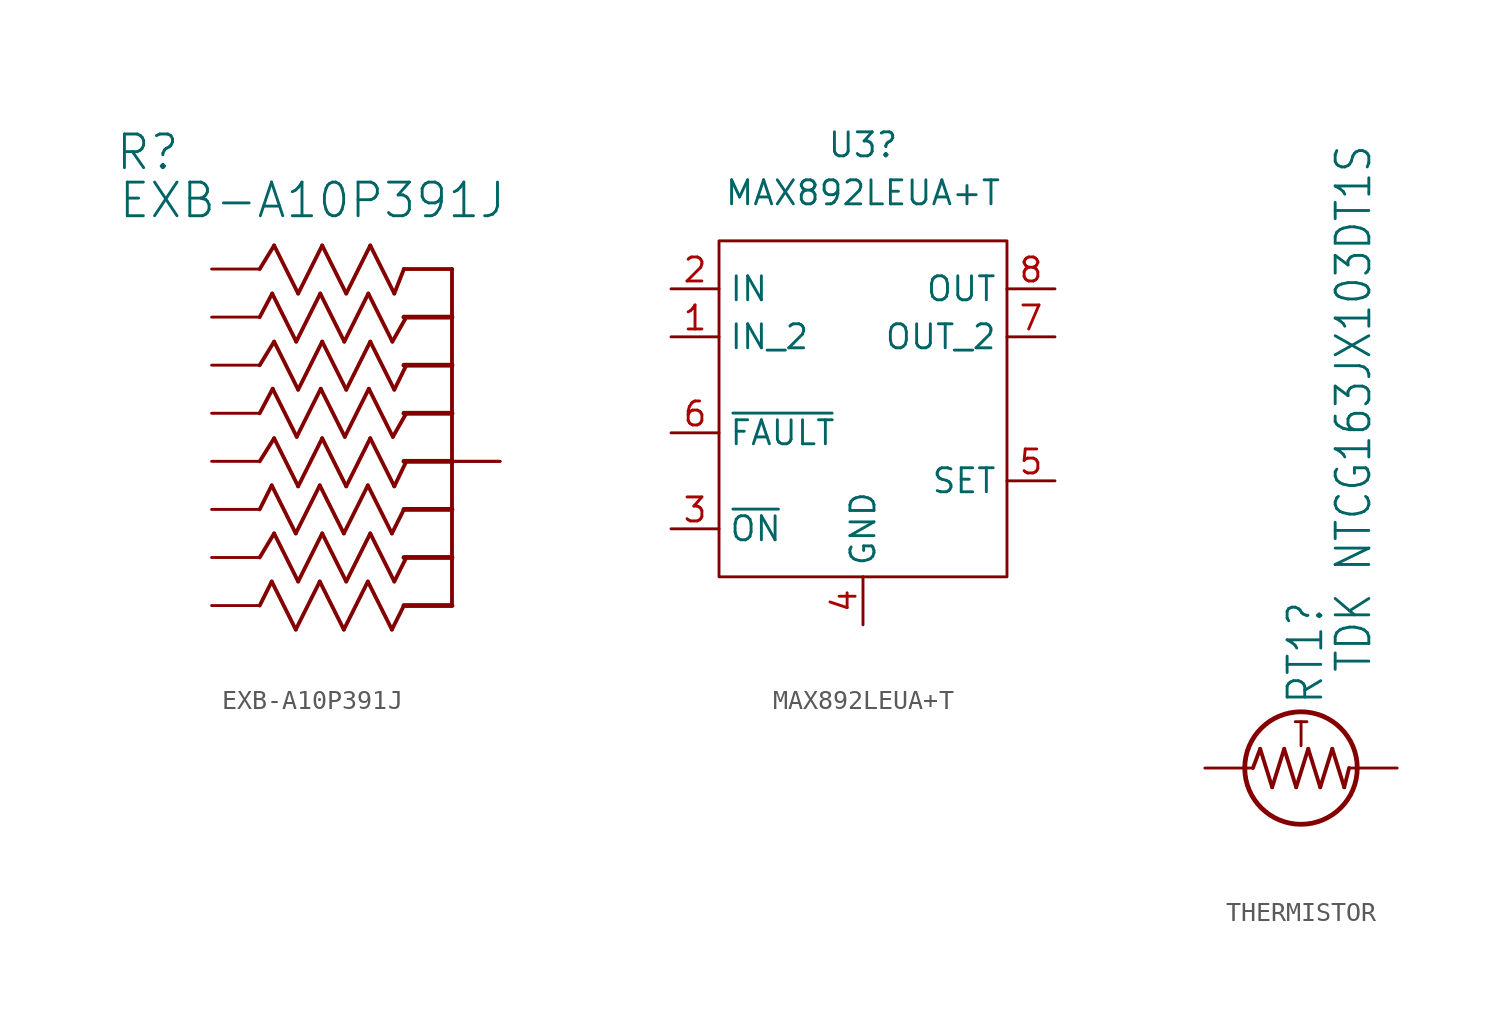
<source format=kicad_sym>
(kicad_symbol_lib
  (version 20231120)
  (generator "kicad_symbol_editor")
  (generator_version "8.0")
  (symbol "EXB-A10P391J"
    (property "Reference" "R"
      (at -17.831 5.131 0)
      (effects (font (size 1.778 1.778)) (justify left bottom)))
    (property "Value" "EXB-A10P391J"
      (at -17.678 2.591 0)
      (effects (font (size 1.778 1.778)) (justify left bottom)))
    (symbol "EXB-A10P391J_1_0"
      (polyline (pts (xy -10.16 -15.24) (xy -9.398 -13.97)) (stroke (width 0.203) (type default)) (fill (type none)))
      (polyline (pts (xy -10.16 -10.16) (xy -9.398 -8.941)) (stroke (width 0.203) (type default)) (fill (type none)))
      (polyline (pts (xy -10.16 -5.08) (xy -9.398 -3.835)) (stroke (width 0.203) (type default)) (fill (type none)))
      (polyline (pts (xy -10.16 0) (xy -9.398 1.245)) (stroke (width 0.203) (type default)) (fill (type none)))
      (polyline (pts (xy -9.525 -16.51) (xy -10.16 -17.78)) (stroke (width 0.203) (type default)) (fill (type none)))
      (polyline (pts (xy -9.525 -11.43) (xy -10.16 -12.7)) (stroke (width 0.203) (type default)) (fill (type none)))
      (polyline (pts (xy -9.5 -1.295) (xy -10.16 -2.54)) (stroke (width 0.203) (type default)) (fill (type none)))
      (polyline (pts (xy -9.474 -6.325) (xy -10.16 -7.62)) (stroke (width 0.203) (type default)) (fill (type none)))
      (polyline (pts (xy -9.398 -13.97) (xy -8.128 -16.51)) (stroke (width 0.203) (type default)) (fill (type none)))
      (polyline (pts (xy -9.398 -8.941) (xy -8.128 -11.481)) (stroke (width 0.203) (type default)) (fill (type none)))
      (polyline (pts (xy -9.398 -3.835) (xy -8.128 -6.375)) (stroke (width 0.203) (type default)) (fill (type none)))
      (polyline (pts (xy -9.398 1.245) (xy -8.128 -1.295)) (stroke (width 0.203) (type default)) (fill (type none)))
      (polyline (pts (xy -8.255 -19.05) (xy -9.525 -16.51)) (stroke (width 0.203) (type default)) (fill (type none)))
      (polyline (pts (xy -8.255 -13.97) (xy -9.525 -11.43)) (stroke (width 0.203) (type default)) (fill (type none)))
      (polyline (pts (xy -8.23 -3.835) (xy -9.5 -1.295)) (stroke (width 0.203) (type default)) (fill (type none)))
      (polyline (pts (xy -8.204 -8.865) (xy -9.474 -6.325)) (stroke (width 0.203) (type default)) (fill (type none)))
      (polyline (pts (xy -8.128 -16.51) (xy -6.858 -13.97)) (stroke (width 0.203) (type default)) (fill (type none)))
      (polyline (pts (xy -8.128 -11.481) (xy -6.858 -8.941)) (stroke (width 0.203) (type default)) (fill (type none)))
      (polyline (pts (xy -8.128 -6.375) (xy -6.858 -3.835)) (stroke (width 0.203) (type default)) (fill (type none)))
      (polyline (pts (xy -8.128 -1.295) (xy -6.858 1.245)) (stroke (width 0.203) (type default)) (fill (type none)))
      (polyline (pts (xy -6.985 -16.51) (xy -8.255 -19.05)) (stroke (width 0.203) (type default)) (fill (type none)))
      (polyline (pts (xy -6.985 -11.43) (xy -8.255 -13.97)) (stroke (width 0.203) (type default)) (fill (type none)))
      (polyline (pts (xy -6.96 -1.295) (xy -8.23 -3.835)) (stroke (width 0.203) (type default)) (fill (type none)))
      (polyline (pts (xy -6.934 -6.325) (xy -8.204 -8.865)) (stroke (width 0.203) (type default)) (fill (type none)))
      (polyline (pts (xy -6.858 -13.97) (xy -5.588 -16.51)) (stroke (width 0.203) (type default)) (fill (type none)))
      (polyline (pts (xy -6.858 -8.941) (xy -5.588 -11.481)) (stroke (width 0.203) (type default)) (fill (type none)))
      (polyline (pts (xy -6.858 -3.835) (xy -5.588 -6.375)) (stroke (width 0.203) (type default)) (fill (type none)))
      (polyline (pts (xy -6.858 1.245) (xy -5.588 -1.295)) (stroke (width 0.203) (type default)) (fill (type none)))
      (polyline (pts (xy -5.715 -19.05) (xy -6.985 -16.51)) (stroke (width 0.203) (type default)) (fill (type none)))
      (polyline (pts (xy -5.715 -13.97) (xy -6.985 -11.43)) (stroke (width 0.203) (type default)) (fill (type none)))
      (polyline (pts (xy -5.69 -3.835) (xy -6.96 -1.295)) (stroke (width 0.203) (type default)) (fill (type none)))
      (polyline (pts (xy -5.664 -8.865) (xy -6.934 -6.325)) (stroke (width 0.203) (type default)) (fill (type none)))
      (polyline (pts (xy -5.588 -16.51) (xy -4.318 -13.97)) (stroke (width 0.203) (type default)) (fill (type none)))
      (polyline (pts (xy -5.588 -11.481) (xy -4.318 -8.941)) (stroke (width 0.203) (type default)) (fill (type none)))
      (polyline (pts (xy -5.588 -6.375) (xy -4.318 -3.835)) (stroke (width 0.203) (type default)) (fill (type none)))
      (polyline (pts (xy -5.588 -1.295) (xy -4.318 1.245)) (stroke (width 0.203) (type default)) (fill (type none)))
      (polyline (pts (xy -4.445 -16.51) (xy -5.715 -19.05)) (stroke (width 0.203) (type default)) (fill (type none)))
      (polyline (pts (xy -4.445 -11.43) (xy -5.715 -13.97)) (stroke (width 0.203) (type default)) (fill (type none)))
      (polyline (pts (xy -4.42 -1.295) (xy -5.69 -3.835)) (stroke (width 0.203) (type default)) (fill (type none)))
      (polyline (pts (xy -4.394 -6.325) (xy -5.664 -8.865)) (stroke (width 0.203) (type default)) (fill (type none)))
      (polyline (pts (xy -4.318 -13.97) (xy -3.048 -16.51)) (stroke (width 0.203) (type default)) (fill (type none)))
      (polyline (pts (xy -4.318 -8.941) (xy -3.048 -11.481)) (stroke (width 0.203) (type default)) (fill (type none)))
      (polyline (pts (xy -4.318 -3.835) (xy -3.048 -6.375)) (stroke (width 0.203) (type default)) (fill (type none)))
      (polyline (pts (xy -4.318 1.245) (xy -3.048 -1.295)) (stroke (width 0.203) (type default)) (fill (type none)))
      (polyline (pts (xy -3.175 -19.05) (xy -4.445 -16.51)) (stroke (width 0.203) (type default)) (fill (type none)))
      (polyline (pts (xy -3.175 -13.97) (xy -4.445 -11.43)) (stroke (width 0.203) (type default)) (fill (type none)))
      (polyline (pts (xy -3.15 -3.835) (xy -4.42 -1.295)) (stroke (width 0.203) (type default)) (fill (type none)))
      (polyline (pts (xy -3.124 -8.865) (xy -4.394 -6.325)) (stroke (width 0.203) (type default)) (fill (type none)))
      (polyline (pts (xy -3.048 -16.51) (xy -2.413 -15.24)) (stroke (width 0.203) (type default)) (fill (type none)))
      (polyline (pts (xy -3.048 -11.481) (xy -2.413 -10.16)) (stroke (width 0.203) (type default)) (fill (type none)))
      (polyline (pts (xy -3.048 -6.375) (xy -2.413 -5.08)) (stroke (width 0.203) (type default)) (fill (type none)))
      (polyline (pts (xy -3.048 -1.295) (xy -2.54 0)) (stroke (width 0.203) (type default)) (fill (type none)))
      (polyline (pts (xy -2.54 -17.78) (xy -3.175 -19.05)) (stroke (width 0.203) (type default)) (fill (type none)))
      (polyline (pts (xy -2.54 -17.78) (xy 0 -17.78)) (stroke (width 0.254) (type default)) (fill (type none)))
      (polyline (pts (xy -2.54 -15.24) (xy 0 -15.24)) (stroke (width 0.254) (type default)) (fill (type none)))
      (polyline (pts (xy -2.54 -12.7) (xy -3.175 -13.97)) (stroke (width 0.203) (type default)) (fill (type none)))
      (polyline (pts (xy -2.54 -12.7) (xy 0 -12.7)) (stroke (width 0.254) (type default)) (fill (type none)))
      (polyline (pts (xy -2.54 -10.16) (xy 0 -10.16)) (stroke (width 0.254) (type default)) (fill (type none)))
      (polyline (pts (xy -2.54 -7.62) (xy 0 -7.62)) (stroke (width 0.254) (type default)) (fill (type none)))
      (polyline (pts (xy -2.54 -5.08) (xy 0 -5.08)) (stroke (width 0.254) (type default)) (fill (type none)))
      (polyline (pts (xy -2.54 -2.54) (xy 0 -2.54)) (stroke (width 0.254) (type default)) (fill (type none)))
      (polyline (pts (xy -2.54 0) (xy 0 0)) (stroke (width 0.203) (type default)) (fill (type none)))
      (polyline (pts (xy -2.413 -7.62) (xy -3.124 -8.865)) (stroke (width 0.203) (type default)) (fill (type none)))
      (polyline (pts (xy -2.413 -2.54) (xy -3.15 -3.835)) (stroke (width 0.203) (type default)) (fill (type none)))
      (polyline (pts (xy 0 -15.24) (xy 0 -17.78)) (stroke (width 0.203) (type default)) (fill (type none)))
      (polyline (pts (xy 0 -12.7) (xy 0 -15.24)) (stroke (width 0.203) (type default)) (fill (type none)))
      (polyline (pts (xy 0 -10.16) (xy 0 -12.7)) (stroke (width 0.203) (type default)) (fill (type none)))
      (polyline (pts (xy 0 -7.62) (xy 0 -10.16)) (stroke (width 0.203) (type default)) (fill (type none)))
      (polyline (pts (xy 0 -5.08) (xy 0 -7.62)) (stroke (width 0.203) (type default)) (fill (type none)))
      (polyline (pts (xy 0 -2.54) (xy 0 -5.08)) (stroke (width 0.203) (type default)) (fill (type none)))
      (polyline (pts (xy 0 0) (xy 0 -2.54)) (stroke (width 0.203) (type default)) (fill (type none)))
      (pin passive line (at -12.7 0 0) (length 2.54) (name "11" (effects (font (size 0 0)))) (number "1" (effects (font (size 0 0)))))
      (pin passive line (at 2.54 -10.16 180) (length 2.54) (name "55" (effects (font (size 0 0)))) (number "10" (effects (font (size 0 0)))))
      (pin passive line (at -12.7 -5.08 0) (length 2.54) (name "22" (effects (font (size 0 0)))) (number "2" (effects (font (size 0 0)))))
      (pin passive line (at -12.7 -10.16 0) (length 2.54) (name "33" (effects (font (size 0 0)))) (number "3" (effects (font (size 0 0)))))
      (pin passive line (at -12.7 -15.24 0) (length 2.54) (name "44" (effects (font (size 0 0)))) (number "4" (effects (font (size 0 0)))))
      (pin passive line (at 2.54 -10.16 180) (length 2.54) (name "55" (effects (font (size 0 0)))) (number "5" (effects (font (size 0 0)))))
      (pin passive line (at -12.7 -17.78 0) (length 2.54) (name "66" (effects (font (size 0 0)))) (number "6" (effects (font (size 0 0)))))
      (pin passive line (at -12.7 -12.7 0) (length 2.54) (name "77" (effects (font (size 0 0)))) (number "7" (effects (font (size 0 0)))))
      (pin passive line (at -12.7 -7.62 0) (length 2.54) (name "88" (effects (font (size 0 0)))) (number "8" (effects (font (size 0 0)))))
      (pin passive line (at -12.7 -2.54 0) (length 2.54) (name "99" (effects (font (size 0 0)))) (number "9" (effects (font (size 0 0)))))))
  (symbol "MAX892LEUA+T"
    (property "Reference" "U3"
      (at 0 12.7 0)
      (effects (font (size 1.27 1.27))))
    (property "Value" "MAX892LEUA+T"
      (at 0 10.16 0)
      (effects (font (size 1.27 1.27))))
    (symbol "MAX892LEUA+T_0_1"
      (rectangle (start 7.62 -10.16) (end -7.62 7.62) (stroke (width 0.152) (type default)) (fill (type none))))
    (symbol "MAX892LEUA+T_1_1"
      (pin power_in line (at -10.16 2.54 0) (length 2.54) (name "IN_2" (effects (font (size 1.27 1.27)))) (number "1" (effects (font (size 1.27 1.27)))))
      (pin power_in line (at -10.16 5.08 0) (length 2.54) (name "IN" (effects (font (size 1.27 1.27)))) (number "2" (effects (font (size 1.27 1.27)))))
      (pin input line (at -10.16 -7.62 0) (length 2.54) (name "~{ON}" (effects (font (size 1.27 1.27)))) (number "3" (effects (font (size 1.27 1.27)))))
      (pin power_in line (at 0 -12.7 90) (length 2.54) (name "GND" (effects (font (size 1.27 1.27)))) (number "4" (effects (font (size 1.27 1.27)))))
      (pin input line (at 10.16 -5.08 180) (length 2.54) (name "SET" (effects (font (size 1.27 1.27)))) (number "5" (effects (font (size 1.27 1.27)))))
      (pin input line (at -10.16 -2.54 0) (length 2.54) (name "~{FAULT}" (effects (font (size 1.27 1.27)))) (number "6" (effects (font (size 1.27 1.27)))))
      (pin power_out line (at 10.16 2.54 180) (length 2.54) (name "OUT_2" (effects (font (size 1.27 1.27)))) (number "7" (effects (font (size 1.27 1.27)))))
      (pin power_out line (at 10.16 5.08 180) (length 2.54) (name "OUT" (effects (font (size 1.27 1.27)))) (number "8" (effects (font (size 1.27 1.27)))))))
  (symbol "THERMISTOR"
    (property "Reference" "RT1"
      (at 1.27 8.89 90)
      (effects (font (size 1.778 1.511)) (justify right bottom)))
    (property "Value" "TDK NTCG163JX103DT1S"
      (at 3.81 33.02 90)
      (effects (font (size 1.778 1.511)) (justify right bottom)))
    (property "ki_locked" ""
      (at 0 0 0)
      (effects (font (size 1.27 1.27))))
    (symbol "THERMISTOR_1_0"
      (polyline (pts (xy -2.54 0) (xy -2.159 1.016)) (stroke (width 0.203) (type default)) (fill (type none)))
      (polyline (pts (xy -2.159 1.016) (xy -1.524 -1.016)) (stroke (width 0.203) (type default)) (fill (type none)))
      (polyline (pts (xy -1.524 -1.016) (xy -0.889 1.016)) (stroke (width 0.203) (type default)) (fill (type none)))
      (polyline (pts (xy -0.889 1.016) (xy -0.254 -1.016)) (stroke (width 0.203) (type default)) (fill (type none)))
      (polyline (pts (xy -0.254 -1.016) (xy 0.381 1.016)) (stroke (width 0.203) (type default)) (fill (type none)))
      (polyline (pts (xy 0.381 1.016) (xy 1.016 -1.016)) (stroke (width 0.203) (type default)) (fill (type none)))
      (polyline (pts (xy 1.016 -1.016) (xy 1.651 1.016)) (stroke (width 0.203) (type default)) (fill (type none)))
      (polyline (pts (xy 1.651 1.016) (xy 2.286 -1.016)) (stroke (width 0.203) (type default)) (fill (type none)))
      (polyline (pts (xy 2.286 -1.016) (xy 2.54 0)) (stroke (width 0.203) (type default)) (fill (type none)))
      (circle (center 0 0) (radius 2.973) (stroke (width 0.254) (type default)) (fill (type none)))
      (text "T" (at -0.508 1.016 0) (effects (font (size 1.27 1.079)) (justify left bottom)))
      (pin passive line (at -5.08 0 0) (length 2.54) (name "1" (effects (font (size 0 0)))) (number "1" (effects (font (size 0 0)))))
      (pin passive line (at 5.08 0 180) (length 2.54) (name "2" (effects (font (size 0 0)))) (number "2" (effects (font (size 0 0))))))))
</source>
